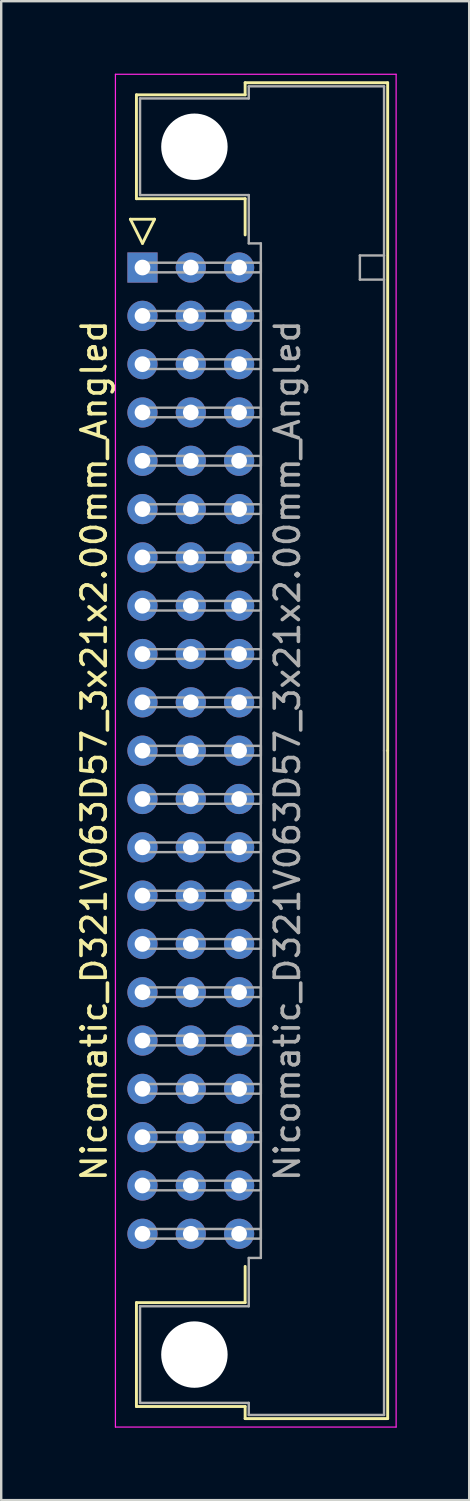
<source format=kicad_pcb>
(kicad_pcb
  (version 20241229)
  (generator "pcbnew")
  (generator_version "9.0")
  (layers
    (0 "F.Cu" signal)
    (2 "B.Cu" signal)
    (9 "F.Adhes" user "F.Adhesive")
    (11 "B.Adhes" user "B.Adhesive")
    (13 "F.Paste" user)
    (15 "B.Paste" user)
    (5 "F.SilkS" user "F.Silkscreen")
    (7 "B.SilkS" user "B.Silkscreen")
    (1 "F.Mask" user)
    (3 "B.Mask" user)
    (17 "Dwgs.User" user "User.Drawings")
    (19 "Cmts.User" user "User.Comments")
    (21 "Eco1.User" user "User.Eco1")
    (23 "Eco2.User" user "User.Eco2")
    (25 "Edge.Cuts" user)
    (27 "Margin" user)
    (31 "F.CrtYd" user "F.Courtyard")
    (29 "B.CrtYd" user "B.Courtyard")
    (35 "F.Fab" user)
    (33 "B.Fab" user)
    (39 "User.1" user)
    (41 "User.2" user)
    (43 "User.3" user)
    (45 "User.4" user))
  (footprint "Nicomatic_D321V063D57_3x21x2.00mm_Angled"
    (layer "F.Cu")
    (at 2.848 8.025)
    (property "Reference" "Nicomatic_D321V063D57_3x21x2.00mm_Angled" (at -2 20 90) (layer "F.SilkS") (effects (font (size 1 1) (thickness 0.15))))
    (attr through_hole)
    (fp_line (start -0.5 -2) (end 0 -1) (stroke (width 0.12) (type solid)) (layer "F.SilkS"))
    (fp_line (start -0.25 -7.15) (end -0.25 -2.85) (stroke (width 0.12) (type solid)) (layer "F.SilkS"))
    (fp_line (start -0.25 -2.85) (end 4.25 -2.85) (stroke (width 0.12) (type solid)) (layer "F.SilkS"))
    (fp_line (start -0.25 42.85) (end 4.25 42.85) (stroke (width 0.12) (type solid)) (layer "F.SilkS"))
    (fp_line (start -0.25 47.15) (end -0.25 42.85) (stroke (width 0.12) (type solid)) (layer "F.SilkS"))
    (fp_line (start 0 -1) (end 0.5 -2) (stroke (width 0.12) (type solid)) (layer "F.SilkS"))
    (fp_line (start 0.5 -2) (end -0.5 -2) (stroke (width 0.12) (type solid)) (layer "F.SilkS"))
    (fp_line (start 4.25 -7.65) (end 4.25 -7.15) (stroke (width 0.12) (type solid)) (layer "F.SilkS"))
    (fp_line (start 4.25 -7.15) (end -0.25 -7.15) (stroke (width 0.12) (type solid)) (layer "F.SilkS"))
    (fp_line (start 4.25 -2.85) (end 4.25 -1.35) (stroke (width 0.12) (type solid)) (layer "F.SilkS"))
    (fp_line (start 4.25 42.85) (end 4.25 41.35) (stroke (width 0.12) (type solid)) (layer "F.SilkS"))
    (fp_line (start 4.25 47.15) (end -0.25 47.15) (stroke (width 0.12) (type solid)) (layer "F.SilkS"))
    (fp_line (start 4.25 47.65) (end 4.25 47.15) (stroke (width 0.12) (type solid)) (layer "F.SilkS"))
    (fp_line (start 10.15 -7.65) (end 4.25 -7.65) (stroke (width 0.12) (type solid)) (layer "F.SilkS"))
    (fp_line (start 10.15 20) (end 10.15 -7.65) (stroke (width 0.12) (type solid)) (layer "F.SilkS"))
    (fp_line (start 10.15 20) (end 10.15 47.65) (stroke (width 0.12) (type solid)) (layer "F.SilkS"))
    (fp_line (start 10.15 47.65) (end 4.25 47.65) (stroke (width 0.12) (type solid)) (layer "F.SilkS"))
    (fp_line (start -1.12 -8) (end -1.12 48) (stroke (width 0.05) (type solid)) (layer "F.CrtYd"))
    (fp_line (start -1.12 48) (end 10.5 48) (stroke (width 0.05) (type solid)) (layer "F.CrtYd"))
    (fp_line (start 10.5 -8) (end -1.12 -8) (stroke (width 0.05) (type solid)) (layer "F.CrtYd"))
    (fp_line (start 10.5 48) (end 10.5 -8) (stroke (width 0.05) (type solid)) (layer "F.CrtYd"))
    (fp_line (start -0.1 -7) (end -0.1 -3) (stroke (width 0.1) (type solid)) (layer "F.Fab"))
    (fp_line (start -0.1 -3) (end 4.4 -3) (stroke (width 0.1) (type solid)) (layer "F.Fab"))
    (fp_line (start -0.1 43) (end 4.4 43) (stroke (width 0.1) (type solid)) (layer "F.Fab"))
    (fp_line (start -0.1 47) (end -0.1 43) (stroke (width 0.1) (type solid)) (layer "F.Fab"))
    (fp_line (start 0 -0.2) (end 0 0.2) (stroke (width 0.1) (type solid)) (layer "F.Fab"))
    (fp_line (start 0 0.2) (end 4.9 0.2) (stroke (width 0.1) (type solid)) (layer "F.Fab"))
    (fp_line (start 0 1.8) (end 0 2.2) (stroke (width 0.1) (type solid)) (layer "F.Fab"))
    (fp_line (start 0 2.2) (end 4.9 2.2) (stroke (width 0.1) (type solid)) (layer "F.Fab"))
    (fp_line (start 0 3.8) (end 0 4.2) (stroke (width 0.1) (type solid)) (layer "F.Fab"))
    (fp_line (start 0 4.2) (end 4.9 4.2) (stroke (width 0.1) (type solid)) (layer "F.Fab"))
    (fp_line (start 0 5.8) (end 0 6.2) (stroke (width 0.1) (type solid)) (layer "F.Fab"))
    (fp_line (start 0 6.2) (end 4.9 6.2) (stroke (width 0.1) (type solid)) (layer "F.Fab"))
    (fp_line (start 0 7.8) (end 0 8.2) (stroke (width 0.1) (type solid)) (layer "F.Fab"))
    (fp_line (start 0 8.2) (end 4.9 8.2) (stroke (width 0.1) (type solid)) (layer "F.Fab"))
    (fp_line (start 0 9.8) (end 0 10.2) (stroke (width 0.1) (type solid)) (layer "F.Fab"))
    (fp_line (start 0 10.2) (end 4.9 10.2) (stroke (width 0.1) (type solid)) (layer "F.Fab"))
    (fp_line (start 0 11.8) (end 0 12.2) (stroke (width 0.1) (type solid)) (layer "F.Fab"))
    (fp_line (start 0 12.2) (end 4.9 12.2) (stroke (width 0.1) (type solid)) (layer "F.Fab"))
    (fp_line (start 0 13.8) (end 0 14.2) (stroke (width 0.1) (type solid)) (layer "F.Fab"))
    (fp_line (start 0 14.2) (end 4.9 14.2) (stroke (width 0.1) (type solid)) (layer "F.Fab"))
    (fp_line (start 0 15.8) (end 0 16.2) (stroke (width 0.1) (type solid)) (layer "F.Fab"))
    (fp_line (start 0 16.2) (end 4.9 16.2) (stroke (width 0.1) (type solid)) (layer "F.Fab"))
    (fp_line (start 0 17.8) (end 0 18.2) (stroke (width 0.1) (type solid)) (layer "F.Fab"))
    (fp_line (start 0 18.2) (end 4.9 18.2) (stroke (width 0.1) (type solid)) (layer "F.Fab"))
    (fp_line (start 0 19.8) (end 0 20.2) (stroke (width 0.1) (type solid)) (layer "F.Fab"))
    (fp_line (start 0 20.2) (end 4.9 20.2) (stroke (width 0.1) (type solid)) (layer "F.Fab"))
    (fp_line (start 0 21.8) (end 0 22.2) (stroke (width 0.1) (type solid)) (layer "F.Fab"))
    (fp_line (start 0 22.2) (end 4.9 22.2) (stroke (width 0.1) (type solid)) (layer "F.Fab"))
    (fp_line (start 0 23.8) (end 0 24.2) (stroke (width 0.1) (type solid)) (layer "F.Fab"))
    (fp_line (start 0 24.2) (end 4.9 24.2) (stroke (width 0.1) (type solid)) (layer "F.Fab"))
    (fp_line (start 0 25.8) (end 0 26.2) (stroke (width 0.1) (type solid)) (layer "F.Fab"))
    (fp_line (start 0 26.2) (end 4.9 26.2) (stroke (width 0.1) (type solid)) (layer "F.Fab"))
    (fp_line (start 0 27.8) (end 0 28.2) (stroke (width 0.1) (type solid)) (layer "F.Fab"))
    (fp_line (start 0 28.2) (end 4.9 28.2) (stroke (width 0.1) (type solid)) (layer "F.Fab"))
    (fp_line (start 0 29.8) (end 0 30.2) (stroke (width 0.1) (type solid)) (layer "F.Fab"))
    (fp_line (start 0 30.2) (end 4.9 30.2) (stroke (width 0.1) (type solid)) (layer "F.Fab"))
    (fp_line (start 0 31.8) (end 0 32.2) (stroke (width 0.1) (type solid)) (layer "F.Fab"))
    (fp_line (start 0 32.2) (end 4.9 32.2) (stroke (width 0.1) (type solid)) (layer "F.Fab"))
    (fp_line (start 0 33.8) (end 0 34.2) (stroke (width 0.1) (type solid)) (layer "F.Fab"))
    (fp_line (start 0 34.2) (end 4.9 34.2) (stroke (width 0.1) (type solid)) (layer "F.Fab"))
    (fp_line (start 0 35.8) (end 0 36.2) (stroke (width 0.1) (type solid)) (layer "F.Fab"))
    (fp_line (start 0 36.2) (end 4.9 36.2) (stroke (width 0.1) (type solid)) (layer "F.Fab"))
    (fp_line (start 0 37.8) (end 0 38.2) (stroke (width 0.1) (type solid)) (layer "F.Fab"))
    (fp_line (start 0 38.2) (end 4.9 38.2) (stroke (width 0.1) (type solid)) (layer "F.Fab"))
    (fp_line (start 0 39.8) (end 0 40.2) (stroke (width 0.1) (type solid)) (layer "F.Fab"))
    (fp_line (start 0 40.2) (end 4.9 40.2) (stroke (width 0.1) (type solid)) (layer "F.Fab"))
    (fp_line (start 4.4 -7.5) (end 4.4 -7) (stroke (width 0.1) (type solid)) (layer "F.Fab"))
    (fp_line (start 4.4 -7) (end -0.1 -7) (stroke (width 0.1) (type solid)) (layer "F.Fab"))
    (fp_line (start 4.4 -3) (end 4.4 -1) (stroke (width 0.1) (type solid)) (layer "F.Fab"))
    (fp_line (start 4.4 -1) (end 4.9 -1) (stroke (width 0.1) (type solid)) (layer "F.Fab"))
    (fp_line (start 4.4 41) (end 4.9 41) (stroke (width 0.1) (type solid)) (layer "F.Fab"))
    (fp_line (start 4.4 43) (end 4.4 41) (stroke (width 0.1) (type solid)) (layer "F.Fab"))
    (fp_line (start 4.4 47) (end -0.1 47) (stroke (width 0.1) (type solid)) (layer "F.Fab"))
    (fp_line (start 4.4 47.5) (end 4.4 47) (stroke (width 0.1) (type solid)) (layer "F.Fab"))
    (fp_line (start 4.9 -1) (end 4.9 20) (stroke (width 0.1) (type solid)) (layer "F.Fab"))
    (fp_line (start 4.9 -0.2) (end 0 -0.2) (stroke (width 0.1) (type solid)) (layer "F.Fab"))
    (fp_line (start 4.9 0.2) (end 4.9 -0.2) (stroke (width 0.1) (type solid)) (layer "F.Fab"))
    (fp_line (start 4.9 1.8) (end 0 1.8) (stroke (width 0.1) (type solid)) (layer "F.Fab"))
    (fp_line (start 4.9 2.2) (end 4.9 1.8) (stroke (width 0.1) (type solid)) (layer "F.Fab"))
    (fp_line (start 4.9 3.8) (end 0 3.8) (stroke (width 0.1) (type solid)) (layer "F.Fab"))
    (fp_line (start 4.9 4.2) (end 4.9 3.8) (stroke (width 0.1) (type solid)) (layer "F.Fab"))
    (fp_line (start 4.9 5.8) (end 0 5.8) (stroke (width 0.1) (type solid)) (layer "F.Fab"))
    (fp_line (start 4.9 6.2) (end 4.9 5.8) (stroke (width 0.1) (type solid)) (layer "F.Fab"))
    (fp_line (start 4.9 7.8) (end 0 7.8) (stroke (width 0.1) (type solid)) (layer "F.Fab"))
    (fp_line (start 4.9 8.2) (end 4.9 7.8) (stroke (width 0.1) (type solid)) (layer "F.Fab"))
    (fp_line (start 4.9 9.8) (end 0 9.8) (stroke (width 0.1) (type solid)) (layer "F.Fab"))
    (fp_line (start 4.9 10.2) (end 4.9 9.8) (stroke (width 0.1) (type solid)) (layer "F.Fab"))
    (fp_line (start 4.9 11.8) (end 0 11.8) (stroke (width 0.1) (type solid)) (layer "F.Fab"))
    (fp_line (start 4.9 12.2) (end 4.9 11.8) (stroke (width 0.1) (type solid)) (layer "F.Fab"))
    (fp_line (start 4.9 13.8) (end 0 13.8) (stroke (width 0.1) (type solid)) (layer "F.Fab"))
    (fp_line (start 4.9 14.2) (end 4.9 13.8) (stroke (width 0.1) (type solid)) (layer "F.Fab"))
    (fp_line (start 4.9 15.8) (end 0 15.8) (stroke (width 0.1) (type solid)) (layer "F.Fab"))
    (fp_line (start 4.9 16.2) (end 4.9 15.8) (stroke (width 0.1) (type solid)) (layer "F.Fab"))
    (fp_line (start 4.9 17.8) (end 0 17.8) (stroke (width 0.1) (type solid)) (layer "F.Fab"))
    (fp_line (start 4.9 18.2) (end 4.9 17.8) (stroke (width 0.1) (type solid)) (layer "F.Fab"))
    (fp_line (start 4.9 19.8) (end 0 19.8) (stroke (width 0.1) (type solid)) (layer "F.Fab"))
    (fp_line (start 4.9 20.2) (end 4.9 19.8) (stroke (width 0.1) (type solid)) (layer "F.Fab"))
    (fp_line (start 4.9 21.8) (end 0 21.8) (stroke (width 0.1) (type solid)) (layer "F.Fab"))
    (fp_line (start 4.9 22.2) (end 4.9 21.8) (stroke (width 0.1) (type solid)) (layer "F.Fab"))
    (fp_line (start 4.9 23.8) (end 0 23.8) (stroke (width 0.1) (type solid)) (layer "F.Fab"))
    (fp_line (start 4.9 24.2) (end 4.9 23.8) (stroke (width 0.1) (type solid)) (layer "F.Fab"))
    (fp_line (start 4.9 25.8) (end 0 25.8) (stroke (width 0.1) (type solid)) (layer "F.Fab"))
    (fp_line (start 4.9 26.2) (end 4.9 25.8) (stroke (width 0.1) (type solid)) (layer "F.Fab"))
    (fp_line (start 4.9 27.8) (end 0 27.8) (stroke (width 0.1) (type solid)) (layer "F.Fab"))
    (fp_line (start 4.9 28.2) (end 4.9 27.8) (stroke (width 0.1) (type solid)) (layer "F.Fab"))
    (fp_line (start 4.9 29.8) (end 0 29.8) (stroke (width 0.1) (type solid)) (layer "F.Fab"))
    (fp_line (start 4.9 30.2) (end 4.9 29.8) (stroke (width 0.1) (type solid)) (layer "F.Fab"))
    (fp_line (start 4.9 31.8) (end 0 31.8) (stroke (width 0.1) (type solid)) (layer "F.Fab"))
    (fp_line (start 4.9 32.2) (end 4.9 31.8) (stroke (width 0.1) (type solid)) (layer "F.Fab"))
    (fp_line (start 4.9 33.8) (end 0 33.8) (stroke (width 0.1) (type solid)) (layer "F.Fab"))
    (fp_line (start 4.9 34.2) (end 4.9 33.8) (stroke (width 0.1) (type solid)) (layer "F.Fab"))
    (fp_line (start 4.9 35.8) (end 0 35.8) (stroke (width 0.1) (type solid)) (layer "F.Fab"))
    (fp_line (start 4.9 36.2) (end 4.9 35.8) (stroke (width 0.1) (type solid)) (layer "F.Fab"))
    (fp_line (start 4.9 37.8) (end 0 37.8) (stroke (width 0.1) (type solid)) (layer "F.Fab"))
    (fp_line (start 4.9 38.2) (end 4.9 37.8) (stroke (width 0.1) (type solid)) (layer "F.Fab"))
    (fp_line (start 4.9 39.8) (end 0 39.8) (stroke (width 0.1) (type solid)) (layer "F.Fab"))
    (fp_line (start 4.9 40.2) (end 4.9 39.8) (stroke (width 0.1) (type solid)) (layer "F.Fab"))
    (fp_line (start 4.9 41) (end 4.9 20) (stroke (width 0.1) (type solid)) (layer "F.Fab"))
    (fp_line (start 9 -0.5) (end 9 0.5) (stroke (width 0.1) (type solid)) (layer "F.Fab"))
    (fp_line (start 9 0.5) (end 10 0.5) (stroke (width 0.1) (type solid)) (layer "F.Fab"))
    (fp_line (start 10 -7.5) (end 4.4 -7.5) (stroke (width 0.1) (type solid)) (layer "F.Fab"))
    (fp_line (start 10 -0.5) (end 9 -0.5) (stroke (width 0.1) (type solid)) (layer "F.Fab"))
    (fp_line (start 10 20) (end 10 -7.5) (stroke (width 0.1) (type solid)) (layer "F.Fab"))
    (fp_line (start 10 20) (end 10 47.5) (stroke (width 0.1) (type solid)) (layer "F.Fab"))
    (fp_line (start 10 47.5) (end 4.4 47.5) (stroke (width 0.1) (type solid)) (layer "F.Fab"))
    (fp_text user "${REFERENCE}" (at 6 20 90) (layer "F.Fab") (effects (font (size 1 1) (thickness 0.15))))
    (pad "" np_thru_hole circle (at 2.15 -5) (size 2.75 2.75) (drill 2.75) (layers "*.Cu" "*.Mask"))
    (pad "" np_thru_hole circle (at 2.15 45) (size 2.75 2.75) (drill 2.75) (layers "*.Cu" "*.Mask"))
    (pad "1" thru_hole rect (at 0 0) (size 1.25 1.25) (drill 0.65) (layers "*.Cu" "*.Mask"))
    (pad "2" thru_hole oval (at 0 2) (size 1.25 1.25) (drill 0.65) (layers "*.Cu" "*.Mask"))
    (pad "3" thru_hole oval (at 0 4) (size 1.25 1.25) (drill 0.65) (layers "*.Cu" "*.Mask"))
    (pad "4" thru_hole oval (at 0 6) (size 1.25 1.25) (drill 0.65) (layers "*.Cu" "*.Mask"))
    (pad "5" thru_hole oval (at 0 8) (size 1.25 1.25) (drill 0.65) (layers "*.Cu" "*.Mask"))
    (pad "6" thru_hole oval (at 0 10) (size 1.25 1.25) (drill 0.65) (layers "*.Cu" "*.Mask"))
    (pad "7" thru_hole oval (at 0 12) (size 1.25 1.25) (drill 0.65) (layers "*.Cu" "*.Mask"))
    (pad "8" thru_hole oval (at 0 14) (size 1.25 1.25) (drill 0.65) (layers "*.Cu" "*.Mask"))
    (pad "9" thru_hole oval (at 0 16) (size 1.25 1.25) (drill 0.65) (layers "*.Cu" "*.Mask"))
    (pad "10" thru_hole oval (at 0 18) (size 1.25 1.25) (drill 0.65) (layers "*.Cu" "*.Mask"))
    (pad "11" thru_hole oval (at 0 20) (size 1.25 1.25) (drill 0.65) (layers "*.Cu" "*.Mask"))
    (pad "12" thru_hole oval (at 0 22) (size 1.25 1.25) (drill 0.65) (layers "*.Cu" "*.Mask"))
    (pad "13" thru_hole oval (at 0 24) (size 1.25 1.25) (drill 0.65) (layers "*.Cu" "*.Mask"))
    (pad "14" thru_hole oval (at 0 26) (size 1.25 1.25) (drill 0.65) (layers "*.Cu" "*.Mask"))
    (pad "15" thru_hole oval (at 0 28) (size 1.25 1.25) (drill 0.65) (layers "*.Cu" "*.Mask"))
    (pad "16" thru_hole oval (at 0 30) (size 1.25 1.25) (drill 0.65) (layers "*.Cu" "*.Mask"))
    (pad "17" thru_hole oval (at 0 32) (size 1.25 1.25) (drill 0.65) (layers "*.Cu" "*.Mask"))
    (pad "18" thru_hole oval (at 0 34) (size 1.25 1.25) (drill 0.65) (layers "*.Cu" "*.Mask"))
    (pad "19" thru_hole oval (at 0 36) (size 1.25 1.25) (drill 0.65) (layers "*.Cu" "*.Mask"))
    (pad "20" thru_hole oval (at 0 38) (size 1.25 1.25) (drill 0.65) (layers "*.Cu" "*.Mask"))
    (pad "21" thru_hole oval (at 0 40) (size 1.25 1.25) (drill 0.65) (layers "*.Cu" "*.Mask"))
    (pad "22" thru_hole oval (at 2 0) (size 1.25 1.25) (drill 0.65) (layers "*.Cu" "*.Mask"))
    (pad "23" thru_hole oval (at 2 2) (size 1.25 1.25) (drill 0.65) (layers "*.Cu" "*.Mask"))
    (pad "24" thru_hole oval (at 2 4) (size 1.25 1.25) (drill 0.65) (layers "*.Cu" "*.Mask"))
    (pad "25" thru_hole oval (at 2 6) (size 1.25 1.25) (drill 0.65) (layers "*.Cu" "*.Mask"))
    (pad "26" thru_hole oval (at 2 8) (size 1.25 1.25) (drill 0.65) (layers "*.Cu" "*.Mask"))
    (pad "27" thru_hole oval (at 2 10) (size 1.25 1.25) (drill 0.65) (layers "*.Cu" "*.Mask"))
    (pad "28" thru_hole oval (at 2 12) (size 1.25 1.25) (drill 0.65) (layers "*.Cu" "*.Mask"))
    (pad "29" thru_hole oval (at 2 14) (size 1.25 1.25) (drill 0.65) (layers "*.Cu" "*.Mask"))
    (pad "30" thru_hole oval (at 2 16) (size 1.25 1.25) (drill 0.65) (layers "*.Cu" "*.Mask"))
    (pad "31" thru_hole oval (at 2 18) (size 1.25 1.25) (drill 0.65) (layers "*.Cu" "*.Mask"))
    (pad "32" thru_hole oval (at 2 20) (size 1.25 1.25) (drill 0.65) (layers "*.Cu" "*.Mask"))
    (pad "33" thru_hole oval (at 2 22) (size 1.25 1.25) (drill 0.65) (layers "*.Cu" "*.Mask"))
    (pad "34" thru_hole oval (at 2 24) (size 1.25 1.25) (drill 0.65) (layers "*.Cu" "*.Mask"))
    (pad "35" thru_hole oval (at 2 26) (size 1.25 1.25) (drill 0.65) (layers "*.Cu" "*.Mask"))
    (pad "36" thru_hole oval (at 2 28) (size 1.25 1.25) (drill 0.65) (layers "*.Cu" "*.Mask"))
    (pad "37" thru_hole oval (at 2 30) (size 1.25 1.25) (drill 0.65) (layers "*.Cu" "*.Mask"))
    (pad "38" thru_hole oval (at 2 32) (size 1.25 1.25) (drill 0.65) (layers "*.Cu" "*.Mask"))
    (pad "39" thru_hole oval (at 2 34) (size 1.25 1.25) (drill 0.65) (layers "*.Cu" "*.Mask"))
    (pad "40" thru_hole oval (at 2 36) (size 1.25 1.25) (drill 0.65) (layers "*.Cu" "*.Mask"))
    (pad "41" thru_hole oval (at 2 38) (size 1.25 1.25) (drill 0.65) (layers "*.Cu" "*.Mask"))
    (pad "42" thru_hole oval (at 2 40) (size 1.25 1.25) (drill 0.65) (layers "*.Cu" "*.Mask"))
    (pad "43" thru_hole oval (at 4 0) (size 1.25 1.25) (drill 0.65) (layers "*.Cu" "*.Mask"))
    (pad "44" thru_hole oval (at 4 2) (size 1.25 1.25) (drill 0.65) (layers "*.Cu" "*.Mask"))
    (pad "45" thru_hole oval (at 4 4) (size 1.25 1.25) (drill 0.65) (layers "*.Cu" "*.Mask"))
    (pad "46" thru_hole oval (at 4 6) (size 1.25 1.25) (drill 0.65) (layers "*.Cu" "*.Mask"))
    (pad "47" thru_hole oval (at 4 8) (size 1.25 1.25) (drill 0.65) (layers "*.Cu" "*.Mask"))
    (pad "48" thru_hole oval (at 4 10) (size 1.25 1.25) (drill 0.65) (layers "*.Cu" "*.Mask"))
    (pad "49" thru_hole oval (at 4 12) (size 1.25 1.25) (drill 0.65) (layers "*.Cu" "*.Mask"))
    (pad "50" thru_hole oval (at 4 14) (size 1.25 1.25) (drill 0.65) (layers "*.Cu" "*.Mask"))
    (pad "51" thru_hole oval (at 4 16) (size 1.25 1.25) (drill 0.65) (layers "*.Cu" "*.Mask"))
    (pad "52" thru_hole oval (at 4 18) (size 1.25 1.25) (drill 0.65) (layers "*.Cu" "*.Mask"))
    (pad "53" thru_hole oval (at 4 20) (size 1.25 1.25) (drill 0.65) (layers "*.Cu" "*.Mask"))
    (pad "54" thru_hole oval (at 4 22) (size 1.25 1.25) (drill 0.65) (layers "*.Cu" "*.Mask"))
    (pad "55" thru_hole oval (at 4 24) (size 1.25 1.25) (drill 0.65) (layers "*.Cu" "*.Mask"))
    (pad "56" thru_hole oval (at 4 26) (size 1.25 1.25) (drill 0.65) (layers "*.Cu" "*.Mask"))
    (pad "57" thru_hole oval (at 4 28) (size 1.25 1.25) (drill 0.65) (layers "*.Cu" "*.Mask"))
    (pad "58" thru_hole oval (at 4 30) (size 1.25 1.25) (drill 0.65) (layers "*.Cu" "*.Mask"))
    (pad "59" thru_hole oval (at 4 32) (size 1.25 1.25) (drill 0.65) (layers "*.Cu" "*.Mask"))
    (pad "60" thru_hole oval (at 4 34) (size 1.25 1.25) (drill 0.65) (layers "*.Cu" "*.Mask"))
    (pad "61" thru_hole oval (at 4 36) (size 1.25 1.25) (drill 0.65) (layers "*.Cu" "*.Mask"))
    (pad "62" thru_hole oval (at 4 38) (size 1.25 1.25) (drill 0.65) (layers "*.Cu" "*.Mask"))
    (pad "63" thru_hole oval (at 4 40) (size 1.25 1.25) (drill 0.65) (layers "*.Cu" "*.Mask")))
  (gr_rect
    (start -3 -3)
    (end 16.373 59.05)
    (stroke (width 0.1) (type default))
    (fill no)
    (layer "Edge.Cuts")))
</source>
